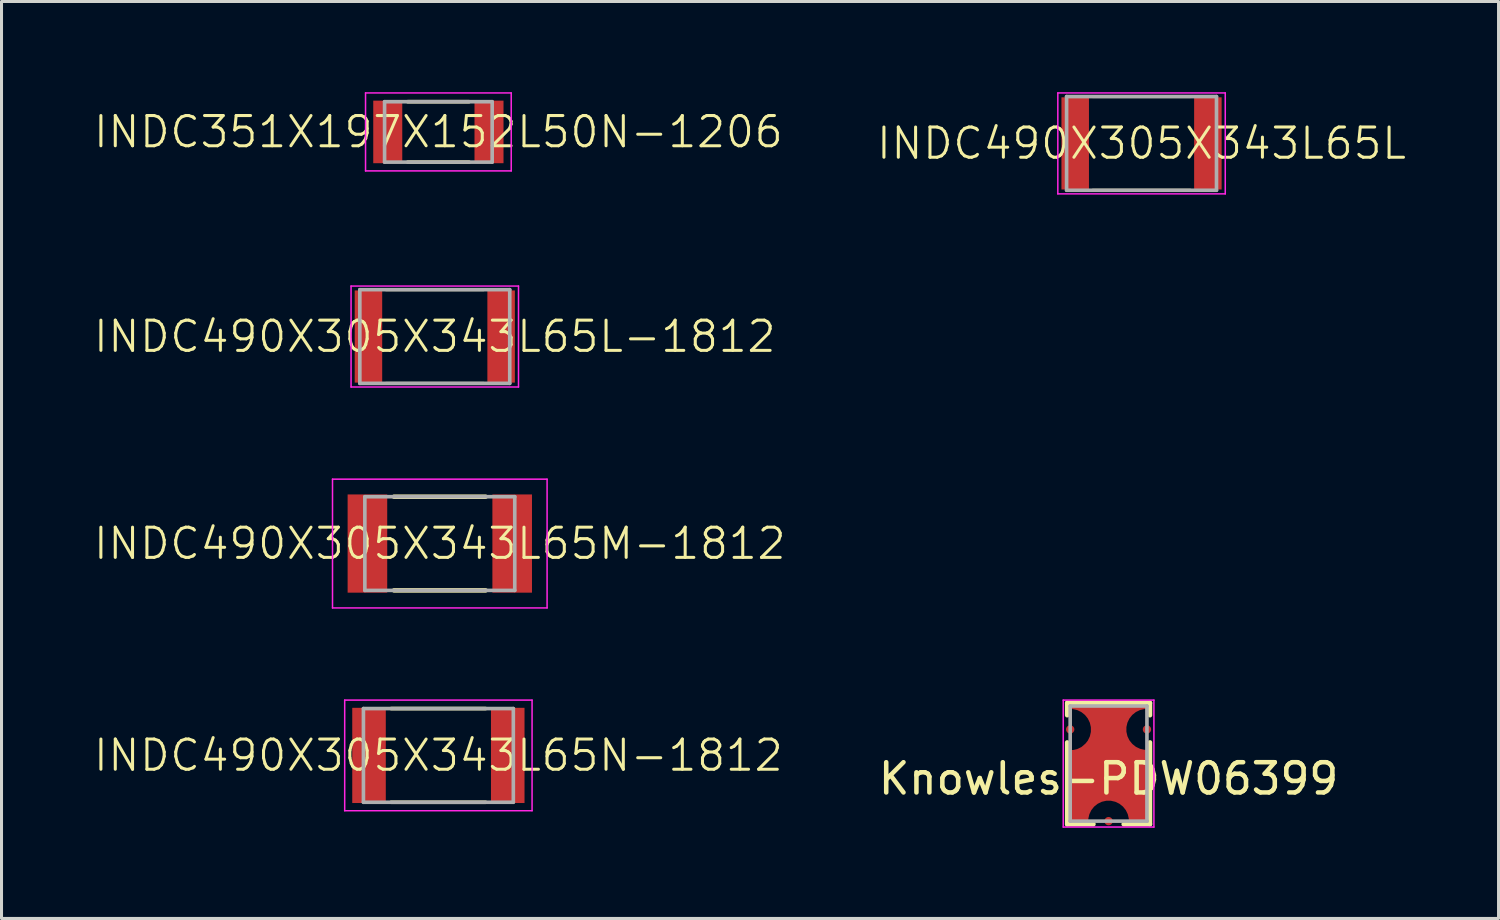
<source format=kicad_pcb>
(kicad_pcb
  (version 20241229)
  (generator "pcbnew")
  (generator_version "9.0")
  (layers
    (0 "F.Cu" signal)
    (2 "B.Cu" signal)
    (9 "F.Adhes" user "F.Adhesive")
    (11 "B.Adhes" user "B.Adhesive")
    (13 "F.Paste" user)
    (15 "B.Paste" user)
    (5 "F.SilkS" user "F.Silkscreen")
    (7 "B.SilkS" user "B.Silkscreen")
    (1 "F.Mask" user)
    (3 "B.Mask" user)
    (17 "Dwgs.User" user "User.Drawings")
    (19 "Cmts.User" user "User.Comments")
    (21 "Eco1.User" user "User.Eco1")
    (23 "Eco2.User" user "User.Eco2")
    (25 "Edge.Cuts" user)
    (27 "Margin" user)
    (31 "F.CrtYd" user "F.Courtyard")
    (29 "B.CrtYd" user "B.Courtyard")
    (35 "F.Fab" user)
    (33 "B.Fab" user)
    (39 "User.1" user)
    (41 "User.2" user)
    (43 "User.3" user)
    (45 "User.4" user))
  (footprint "INDC490X305X343L65L"
    (layer "F.Cu")
    (at 34.721 1.695)
    (property "Reference" "INDC490X305X343L65L" (at 0 0 0) (layer "F.SilkS") (effects (font (size 1 1) (thickness 0.1))))
    (attr smd)
    (fp_line (start -1.615 -1.55) (end 1.615 -1.55) (stroke (width 0.1) (type solid)) (layer "F.SilkS"))
    (fp_line (start -1.615 1.55) (end 1.615 1.55) (stroke (width 0.1) (type solid)) (layer "F.SilkS"))
    (fp_line (start -2.77 -1.67) (end 2.77 -1.67) (stroke (width 0.05) (type solid)) (layer "F.CrtYd"))
    (fp_line (start -2.77 1.67) (end -2.77 -1.67) (stroke (width 0.05) (type solid)) (layer "F.CrtYd"))
    (fp_line (start 2.77 -1.67) (end 2.77 1.67) (stroke (width 0.05) (type solid)) (layer "F.CrtYd"))
    (fp_line (start 2.77 1.67) (end -2.77 1.67) (stroke (width 0.05) (type solid)) (layer "F.CrtYd"))
    (fp_line (start -2.48 -1.55) (end 2.48 -1.55) (stroke (width 0.12) (type solid)) (layer "F.Fab"))
    (fp_line (start -2.48 1.55) (end -2.48 -1.55) (stroke (width 0.12) (type solid)) (layer "F.Fab"))
    (fp_line (start 2.48 -1.55) (end 2.48 1.55) (stroke (width 0.12) (type solid)) (layer "F.Fab"))
    (fp_line (start 2.48 1.55) (end -2.48 1.55) (stroke (width 0.12) (type solid)) (layer "F.Fab"))
    (pad "1" smd rect (at -2.195 0) (size 0.91 3.05) (layers "F.Cu" "F.Mask" "F.Paste"))
    (pad "2" smd rect (at 2.195 0) (size 0.91 3.05) (layers "F.Cu" "F.Mask" "F.Paste")))
  (footprint "INDC351X197X152L50N-1206"
    (layer "F.Cu")
    (at 11.455 1.315)
    (property "Reference" "INDC351X197X152L50N-1206" (at 0 0 0) (layer "F.SilkS") (effects (font (size 1 1) (thickness 0.1))))
    (attr smd)
    (fp_line (start -1.016 -1) (end 1.016 -1) (stroke (width 0.12) (type solid)) (layer "F.SilkS"))
    (fp_line (start -1.016 1) (end 1.016 1) (stroke (width 0.12) (type solid)) (layer "F.SilkS"))
    (fp_line (start -2.41 -1.29) (end 2.41 -1.29) (stroke (width 0.05) (type solid)) (layer "F.CrtYd"))
    (fp_line (start -2.41 1.29) (end -2.41 -1.29) (stroke (width 0.05) (type solid)) (layer "F.CrtYd"))
    (fp_line (start 2.41 -1.29) (end 2.41 1.29) (stroke (width 0.05) (type solid)) (layer "F.CrtYd"))
    (fp_line (start 2.41 1.29) (end -2.41 1.29) (stroke (width 0.05) (type solid)) (layer "F.CrtYd"))
    (fp_line (start -1.78 -1) (end 1.78 -1) (stroke (width 0.12) (type solid)) (layer "F.Fab"))
    (fp_line (start -1.78 1) (end -1.78 -1) (stroke (width 0.12) (type solid)) (layer "F.Fab"))
    (fp_line (start 1.78 -1) (end 1.78 1) (stroke (width 0.12) (type solid)) (layer "F.Fab"))
    (fp_line (start 1.78 1) (end -1.78 1) (stroke (width 0.12) (type solid)) (layer "F.Fab"))
    (pad "1" smd rect (at -1.675 0) (size 0.96 2.07) (layers "F.Cu" "F.Mask" "F.Paste"))
    (pad "2" smd rect (at 1.675 0) (size 0.96 2.07) (layers "F.Cu" "F.Mask" "F.Paste")))
  (footprint "Knowles-PDW06399"
    (layer "F.Cu")
    (at 33.63 22.215)
    (property "Reference" "Knowles-PDW06399" (at 0 0.5 0) (layer "F.SilkS") (effects (font (size 1 1) (thickness 0.15))))
    (attr through_hole)
    (fp_poly (pts (xy 1.27 1.9) (xy -1.27 1.9) (xy -1.27 -1.9) (xy 1.27 -1.9)) (stroke (width 0.001) (type solid)) (fill yes) (layer "F.Mask"))
    (fp_line (start -1.37 -2.005) (end 1.37 -2.005) (stroke (width 0.15) (type solid)) (layer "F.SilkS"))
    (fp_line (start -1.37 -1.6) (end -1.37 -2.005) (stroke (width 0.15) (type solid)) (layer "F.SilkS"))
    (fp_line (start -1.37 2.005) (end -1.37 -0.7) (stroke (width 0.15) (type solid)) (layer "F.SilkS"))
    (fp_line (start -0.5 2.005) (end -1.37 2.005) (stroke (width 0.15) (type solid)) (layer "F.SilkS"))
    (fp_line (start 1.37 -2.005) (end 1.37 -1.6) (stroke (width 0.15) (type solid)) (layer "F.SilkS"))
    (fp_line (start 1.37 -0.7) (end 1.37 2.005) (stroke (width 0.15) (type solid)) (layer "F.SilkS"))
    (fp_line (start 1.37 2.005) (end 0.5 2.005) (stroke (width 0.15) (type solid)) (layer "F.SilkS"))
    (fp_line (start -1.5 -2.1) (end -1.5 2.1) (stroke (width 0.05) (type solid)) (layer "F.CrtYd"))
    (fp_line (start -1.5 2.1) (end 1.5 2.1) (stroke (width 0.05) (type solid)) (layer "F.CrtYd"))
    (fp_line (start 1.5 -2.1) (end -1.5 -2.1) (stroke (width 0.05) (type solid)) (layer "F.CrtYd"))
    (fp_line (start 1.5 2.1) (end 1.5 -2.1) (stroke (width 0.05) (type solid)) (layer "F.CrtYd"))
    (fp_line (start -1.27 -1.905) (end 1.27 -1.905) (stroke (width 0.12) (type solid)) (layer "F.Fab"))
    (fp_line (start -1.27 1.905) (end -1.27 -1.905) (stroke (width 0.12) (type solid)) (layer "F.Fab"))
    (fp_line (start -1.27 1.905) (end 1.28 1.905) (stroke (width 0.12) (type solid)) (layer "F.Fab"))
    (fp_line (start 1.27 1.905) (end 1.27 -1.905) (stroke (width 0.12) (type solid)) (layer "F.Fab"))
    (pad "1" smd circle (at 0 1.905) (size 0.275 0.275) (layers "F.Cu" "F.Mask" "F.Paste"))
    (pad "2" smd circle (at -1.27 -1.13) (size 0.275 0.275) (layers "F.Cu" "F.Mask" "F.Paste"))
    (pad "3" smd circle (at 1.27 -1.13) (size 0.275 0.275) (layers "F.Cu" "F.Mask" "F.Paste"))
    (pad "4" smd custom (at 0 0) (size 1.27 1.685) (layers "F.Cu" "F.Mask" "F.Paste") (options (anchor rect)) (primitives (gr_poly (pts (xy 0.584 -1.129) (xy 0.592 -1.041) (xy 0.613 -0.932) (xy 0.664 -0.813) (xy 0.722 -0.72) (xy 0.808 -0.627) (xy 0.892 -0.561) (xy 0.98 -0.512) (xy 1.091 -0.472) (xy 1.214 -0.449) (xy 1.212 -0.436) (xy -1.151 -0.445) (xy -1.027 -0.483) (xy -0.901 -0.544) (xy -0.757 -0.668) (xy -0.698 -0.74) (xy -0.639 -0.845) (xy -0.597 -0.967) (xy -0.582 -1.08) (xy -0.579 -1.13)) (width 0) (fill yes)) (gr_arc (start -1.265 -1.81) (mid -0.58 -1.125) (end -1.265 -0.44) (width 0.01)) (gr_poly (pts (xy 1.27 1.905) (xy 0.675 1.905) (xy 0.675 1.2) (xy 1.27 1.2)) (width 0) (fill yes)) (gr_arc (start -0.675 1.9) (mid 0 1.225) (end 0.675 1.9) (width 0.01)) (gr_poly (pts (xy -0.675 1.905) (xy -1.27 1.905) (xy -1.27 1.2) (xy -0.675 1.2)) (width 0) (fill yes)) (gr_poly (pts (xy 1.27 -1.905) (xy 1.27 -1.81) (xy -1.27 -1.81) (xy -1.27 -1.905)) (width 0) (fill yes)) (gr_poly (pts (xy 1.2 -1.826) (xy 1.199 -1.81) (xy 1.125 -1.796) (xy 1.036 -1.772) (xy 0.935 -1.727) (xy 0.852 -1.671) (xy 0.781 -1.608) (xy 0.722 -1.538) (xy 0.696 -1.503) (xy 0.657 -1.434) (xy 0.629 -1.369) (xy 0.609 -1.307) (xy 0.592 -1.225) (xy 0.584 -1.122) (xy -0.58 -1.124) (xy -0.585 -1.194) (xy -0.603 -1.31) (xy -0.641 -1.408) (xy -0.685 -1.491) (xy -0.735 -1.561) (xy -0.795 -1.624) (xy -0.887 -1.695) (xy -0.954 -1.735) (xy -1.015 -1.762) (xy -1.099 -1.788) (xy -1.19 -1.806) (xy -1.192 -1.827)) (width 0) (fill yes)) (gr_arc (start 1.265 -0.45) (mid 0.585 -1.13) (end 1.265 -1.81) (width 0.01)) (gr_poly (pts (xy 1.27 -0.45) (xy 1.27 1.228) (xy -1.27 1.23) (xy -1.27 -0.45)) (width 0) (fill yes)) (gr_poly (pts (xy -0.072 1.229) (xy -0.152 1.242) (xy -0.234 1.267) (xy -0.317 1.302) (xy -0.423 1.371) (xy -0.483 1.428) (xy -0.533 1.482) (xy -0.598 1.584) (xy -0.65 1.714) (xy -0.668 1.806) (xy -0.673 1.835) (xy -0.696 1.835) (xy -0.687 1.217) (xy -0.073 1.216)) (width 0) (fill yes)) (gr_poly (pts (xy 0.694 1.212) (xy 0.699 1.833) (xy 0.673 1.834) (xy 0.662 1.768) (xy 0.651 1.724) (xy 0.614 1.613) (xy 0.566 1.529) (xy 0.515 1.464) (xy 0.446 1.392) (xy 0.385 1.344) (xy 0.31 1.299) (xy 0.221 1.261) (xy 0.101 1.233) (xy 0.1 1.211)) (width 0) (fill yes)))))
  (footprint "INDC490X305X343L65N-1812"
    (layer "F.Cu")
    (at 11.455 21.945)
    (property "Reference" "INDC490X305X343L65N-1812" (at 0 0 0) (layer "F.SilkS") (effects (font (size 1 1) (thickness 0.1))))
    (attr smd)
    (fp_line (start -1.564 -1.55) (end 1.564 -1.55) (stroke (width 0.12) (type solid)) (layer "F.SilkS"))
    (fp_line (start -1.564 1.55) (end 1.564 1.55) (stroke (width 0.12) (type solid)) (layer "F.SilkS"))
    (fp_line (start -3.1 -1.83) (end 3.1 -1.83) (stroke (width 0.05) (type solid)) (layer "F.CrtYd"))
    (fp_line (start -3.1 1.83) (end -3.1 -1.83) (stroke (width 0.05) (type solid)) (layer "F.CrtYd"))
    (fp_line (start 3.1 -1.83) (end 3.1 1.83) (stroke (width 0.05) (type solid)) (layer "F.CrtYd"))
    (fp_line (start 3.1 1.83) (end -3.1 1.83) (stroke (width 0.05) (type solid)) (layer "F.CrtYd"))
    (fp_line (start -2.48 -1.55) (end 2.48 -1.55) (stroke (width 0.12) (type solid)) (layer "F.Fab"))
    (fp_line (start -2.48 1.55) (end -2.48 -1.55) (stroke (width 0.12) (type solid)) (layer "F.Fab"))
    (fp_line (start 2.48 -1.55) (end 2.48 1.55) (stroke (width 0.12) (type solid)) (layer "F.Fab"))
    (fp_line (start 2.48 1.55) (end -2.48 1.55) (stroke (width 0.12) (type solid)) (layer "F.Fab"))
    (pad "1" smd rect (at -2.295 0) (size 1.11 3.15) (layers "F.Cu" "F.Mask" "F.Paste"))
    (pad "2" smd rect (at 2.295 0) (size 1.11 3.15) (layers "F.Cu" "F.Mask" "F.Paste")))
  (footprint "INDC490X305X343L65M-1812"
    (layer "F.Cu")
    (at 11.502 14.935)
    (property "Reference" "INDC490X305X343L65M-1812" (at 0 0 0) (layer "F.SilkS") (effects (font (size 1 1) (thickness 0.1))))
    (attr smd)
    (fp_line (start -1.515 -1.55) (end 1.515 -1.55) (stroke (width 0.15) (type solid)) (layer "F.SilkS"))
    (fp_line (start -1.515 1.55) (end 1.515 1.55) (stroke (width 0.15) (type solid)) (layer "F.SilkS"))
    (fp_line (start -3.55 -2.13) (end 3.55 -2.13) (stroke (width 0.05) (type solid)) (layer "F.CrtYd"))
    (fp_line (start -3.55 2.13) (end -3.55 -2.13) (stroke (width 0.05) (type solid)) (layer "F.CrtYd"))
    (fp_line (start 3.55 -2.13) (end 3.55 2.13) (stroke (width 0.05) (type solid)) (layer "F.CrtYd"))
    (fp_line (start 3.55 2.13) (end -3.55 2.13) (stroke (width 0.05) (type solid)) (layer "F.CrtYd"))
    (fp_line (start -2.48 -1.55) (end 2.48 -1.55) (stroke (width 0.12) (type solid)) (layer "F.Fab"))
    (fp_line (start -2.48 1.55) (end -2.48 -1.55) (stroke (width 0.12) (type solid)) (layer "F.Fab"))
    (fp_line (start 2.48 -1.55) (end 2.48 1.55) (stroke (width 0.12) (type solid)) (layer "F.Fab"))
    (fp_line (start 2.48 1.55) (end -2.48 1.55) (stroke (width 0.12) (type solid)) (layer "F.Fab"))
    (pad "1" smd rect (at -2.395 0) (size 1.31 3.25) (layers "F.Cu" "F.Mask" "F.Paste"))
    (pad "2" smd rect (at 2.395 0) (size 1.31 3.25) (layers "F.Cu" "F.Mask" "F.Paste")))
  (footprint "INDC490X305X343L65L-1812"
    (layer "F.Cu")
    (at 11.336 8.085)
    (property "Reference" "INDC490X305X343L65L-1812" (at 0 0 0) (layer "F.SilkS") (effects (font (size 1 1) (thickness 0.1))))
    (attr smd)
    (fp_line (start -1.615 -1.55) (end 1.615 -1.55) (stroke (width 0.1) (type solid)) (layer "F.SilkS"))
    (fp_line (start -1.615 1.55) (end 1.615 1.55) (stroke (width 0.1) (type solid)) (layer "F.SilkS"))
    (fp_line (start -2.77 -1.67) (end 2.77 -1.67) (stroke (width 0.05) (type solid)) (layer "F.CrtYd"))
    (fp_line (start -2.77 1.67) (end -2.77 -1.67) (stroke (width 0.05) (type solid)) (layer "F.CrtYd"))
    (fp_line (start 2.77 -1.67) (end 2.77 1.67) (stroke (width 0.05) (type solid)) (layer "F.CrtYd"))
    (fp_line (start 2.77 1.67) (end -2.77 1.67) (stroke (width 0.05) (type solid)) (layer "F.CrtYd"))
    (fp_line (start -2.48 -1.55) (end 2.48 -1.55) (stroke (width 0.12) (type solid)) (layer "F.Fab"))
    (fp_line (start -2.48 1.55) (end -2.48 -1.55) (stroke (width 0.12) (type solid)) (layer "F.Fab"))
    (fp_line (start 2.48 -1.55) (end 2.48 1.55) (stroke (width 0.12) (type solid)) (layer "F.Fab"))
    (fp_line (start 2.48 1.55) (end -2.48 1.55) (stroke (width 0.12) (type solid)) (layer "F.Fab"))
    (pad "1" smd rect (at -2.195 0) (size 0.91 3.05) (layers "F.Cu" "F.Mask" "F.Paste"))
    (pad "2" smd rect (at 2.195 0) (size 0.91 3.05) (layers "F.Cu" "F.Mask" "F.Paste")))
  (gr_rect
    (start -3 -3)
    (end 46.533 27.34)
    (stroke (width 0.1) (type default))
    (fill no)
    (layer "Edge.Cuts")))
</source>
